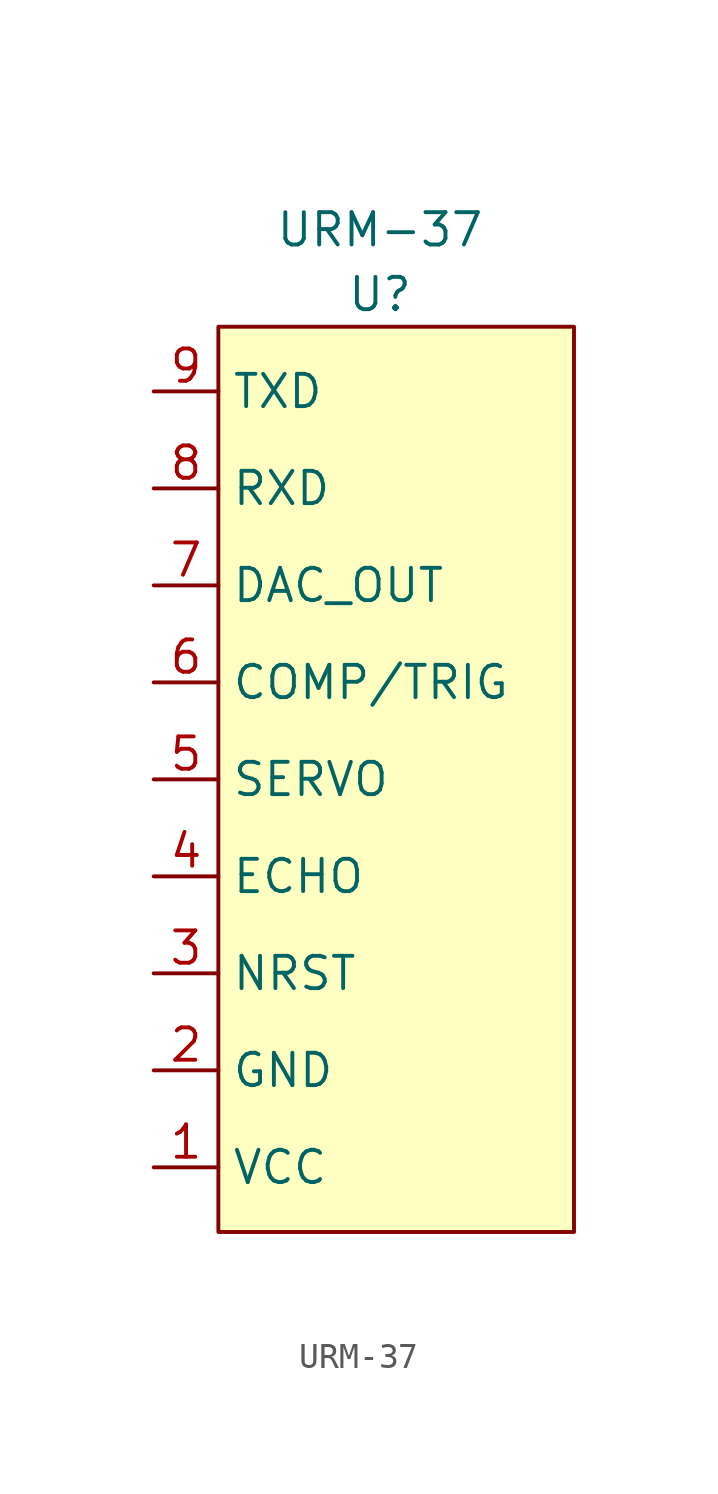
<source format=kicad_sym>
(kicad_symbol_lib
  (version 20231120)
  (generator "kicad_symbol_editor")
  (generator_version "8.0")
  (symbol "URM-37"
    (property "Reference" "U"
      (at 7.62 0 0)
      (effects (font (size 1.27 1.27))))
    (property "Value" "URM-37"
      (at 7.62 2.54 0)
      (effects (font (size 1.27 1.27))))
    (symbol "URM-37_0_1"
      (rectangle (start 15.24 -36.83) (end 1.27 -1.27) (stroke (width 0) (type default)) (fill (type background))))
    (symbol "URM-37_1_1"
      (pin bidirectional line (at -1.27 -34.29 0) (length 2.54) (name "VCC" (effects (font (size 1.27 1.27)))) (number "1" (effects (font (size 1.27 1.27)))))
      (pin bidirectional line (at -1.27 -30.48 0) (length 2.54) (name "GND" (effects (font (size 1.27 1.27)))) (number "2" (effects (font (size 1.27 1.27)))))
      (pin bidirectional line (at -1.27 -26.67 0) (length 2.54) (name "NRST" (effects (font (size 1.27 1.27)))) (number "3" (effects (font (size 1.27 1.27)))))
      (pin bidirectional line (at -1.27 -22.86 0) (length 2.54) (name "ECHO" (effects (font (size 1.27 1.27)))) (number "4" (effects (font (size 1.27 1.27)))))
      (pin bidirectional line (at -1.27 -19.05 0) (length 2.54) (name "SERVO" (effects (font (size 1.27 1.27)))) (number "5" (effects (font (size 1.27 1.27)))))
      (pin bidirectional line (at -1.27 -15.24 0) (length 2.54) (name "COMP/TRIG" (effects (font (size 1.27 1.27)))) (number "6" (effects (font (size 1.27 1.27)))))
      (pin bidirectional line (at -1.27 -11.43 0) (length 2.54) (name "DAC_OUT" (effects (font (size 1.27 1.27)))) (number "7" (effects (font (size 1.27 1.27)))))
      (pin bidirectional line (at -1.27 -7.62 0) (length 2.54) (name "RXD" (effects (font (size 1.27 1.27)))) (number "8" (effects (font (size 1.27 1.27)))))
      (pin bidirectional line (at -1.27 -3.81 0) (length 2.54) (name "TXD" (effects (font (size 1.27 1.27)))) (number "9" (effects (font (size 1.27 1.27))))))))
</source>
